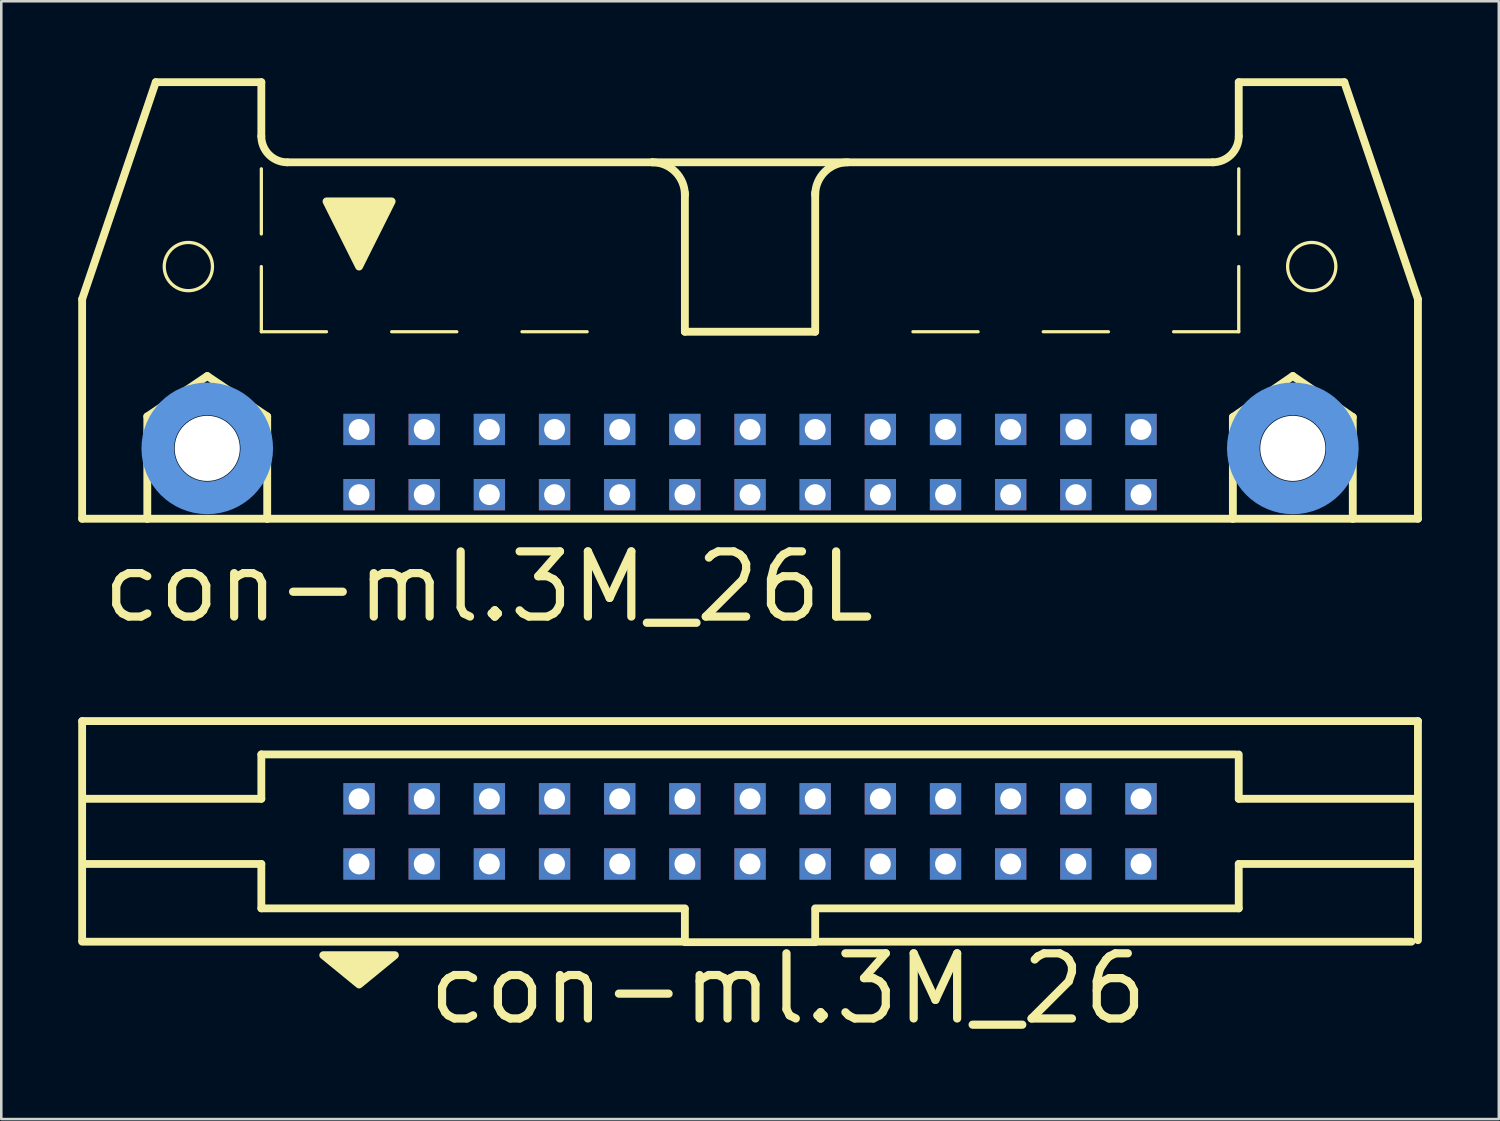
<source format=kicad_pcb>
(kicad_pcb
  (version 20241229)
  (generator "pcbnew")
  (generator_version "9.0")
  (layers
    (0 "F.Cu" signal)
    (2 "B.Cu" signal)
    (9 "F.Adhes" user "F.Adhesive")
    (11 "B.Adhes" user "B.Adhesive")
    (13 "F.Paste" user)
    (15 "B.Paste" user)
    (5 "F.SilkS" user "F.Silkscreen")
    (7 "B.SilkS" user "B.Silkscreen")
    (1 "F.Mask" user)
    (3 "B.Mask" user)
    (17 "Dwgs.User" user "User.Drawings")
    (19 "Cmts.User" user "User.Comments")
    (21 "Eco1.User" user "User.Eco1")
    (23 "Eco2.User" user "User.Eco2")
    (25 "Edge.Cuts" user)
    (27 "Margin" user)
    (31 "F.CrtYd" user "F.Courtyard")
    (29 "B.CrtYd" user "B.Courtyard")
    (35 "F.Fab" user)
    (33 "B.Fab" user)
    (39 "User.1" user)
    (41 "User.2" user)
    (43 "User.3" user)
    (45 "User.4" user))
  (footprint "con-ml.3M_26L"
    (layer "F.Cu")
    (at 26.187 11.151)
    (property "Reference" "con-ml.3M_26L" (at -25.4 10.16 0) (layer "F.SilkS") (effects (font (size 2.54 2.54) (thickness 0.32)) (justify left bottom)))
    (attr through_hole)
    (fp_line (start -26.035 -2.54) (end -26.035 6.02) (stroke (width 0.305) (type default)) (layer "F.SilkS"))
    (fp_line (start -26.035 -2.54) (end -23.165 -10.998) (stroke (width 0.305) (type default)) (layer "F.SilkS"))
    (fp_line (start -26.035 6.02) (end -23.495 6.02) (stroke (width 0.305) (type default)) (layer "F.SilkS"))
    (fp_line (start -23.495 2.032) (end -21.158 0.457) (stroke (width 0.305) (type default)) (layer "F.SilkS"))
    (fp_line (start -23.495 6.02) (end -23.495 2.032) (stroke (width 0.305) (type default)) (layer "F.SilkS"))
    (fp_line (start -23.495 6.02) (end -18.821 6.02) (stroke (width 0.305) (type default)) (layer "F.SilkS"))
    (fp_line (start -21.158 0.457) (end -18.821 2.032) (stroke (width 0.305) (type default)) (layer "F.SilkS"))
    (fp_line (start -19.05 -10.998) (end -23.165 -10.998) (stroke (width 0.305) (type default)) (layer "F.SilkS"))
    (fp_line (start -19.05 -8.89) (end -19.05 -10.998) (stroke (width 0.305) (type default)) (layer "F.SilkS"))
    (fp_line (start -19.05 -5.08) (end -19.05 -7.62) (stroke (width 0.127) (type default)) (layer "F.SilkS"))
    (fp_line (start -19.05 -1.27) (end -19.05 -3.81) (stroke (width 0.127) (type default)) (layer "F.SilkS"))
    (fp_line (start -19.05 -1.27) (end -16.51 -1.27) (stroke (width 0.127) (type default)) (layer "F.SilkS"))
    (fp_line (start -18.821 2.032) (end -18.821 6.02) (stroke (width 0.305) (type default)) (layer "F.SilkS"))
    (fp_line (start -18.821 6.02) (end 18.821 6.02) (stroke (width 0.305) (type default)) (layer "F.SilkS"))
    (fp_line (start -13.97 -1.27) (end -11.43 -1.27) (stroke (width 0.127) (type default)) (layer "F.SilkS"))
    (fp_line (start -8.89 -1.27) (end -6.35 -1.27) (stroke (width 0.127) (type default)) (layer "F.SilkS"))
    (fp_line (start -3.81 -7.874) (end -18.034 -7.874) (stroke (width 0.305) (type default)) (layer "F.SilkS"))
    (fp_line (start -3.81 -7.874) (end 18.034 -7.874) (stroke (width 0.305) (type default)) (layer "F.SilkS"))
    (fp_line (start -2.54 -1.27) (end -2.54 -6.68) (stroke (width 0.305) (type default)) (layer "F.SilkS"))
    (fp_line (start 0 -1.27) (end 2.54 -1.27) (stroke (width 0.127) (type default)) (layer "F.SilkS"))
    (fp_line (start 2.54 -1.27) (end -2.54 -1.27) (stroke (width 0.305) (type default)) (layer "F.SilkS"))
    (fp_line (start 2.54 -1.27) (end 2.54 -6.68) (stroke (width 0.305) (type default)) (layer "F.SilkS"))
    (fp_line (start 8.89 -1.27) (end 6.35 -1.27) (stroke (width 0.127) (type default)) (layer "F.SilkS"))
    (fp_line (start 13.97 -1.27) (end 11.43 -1.27) (stroke (width 0.127) (type default)) (layer "F.SilkS"))
    (fp_line (start 18.821 2.057) (end 21.158 0.457) (stroke (width 0.305) (type default)) (layer "F.SilkS"))
    (fp_line (start 18.821 6.02) (end 18.821 2.057) (stroke (width 0.305) (type default)) (layer "F.SilkS"))
    (fp_line (start 18.821 6.02) (end 23.495 6.02) (stroke (width 0.305) (type default)) (layer "F.SilkS"))
    (fp_line (start 19.05 -10.998) (end 23.165 -10.998) (stroke (width 0.305) (type default)) (layer "F.SilkS"))
    (fp_line (start 19.05 -8.89) (end 19.05 -10.998) (stroke (width 0.305) (type default)) (layer "F.SilkS"))
    (fp_line (start 19.05 -5.08) (end 19.05 -7.62) (stroke (width 0.127) (type default)) (layer "F.SilkS"))
    (fp_line (start 19.05 -1.27) (end 16.51 -1.27) (stroke (width 0.127) (type default)) (layer "F.SilkS"))
    (fp_line (start 19.05 -1.27) (end 19.05 -3.81) (stroke (width 0.127) (type default)) (layer "F.SilkS"))
    (fp_line (start 21.158 0.457) (end 23.495 2.057) (stroke (width 0.305) (type default)) (layer "F.SilkS"))
    (fp_line (start 23.495 2.057) (end 23.495 6.02) (stroke (width 0.305) (type default)) (layer "F.SilkS"))
    (fp_line (start 23.495 6.02) (end 26.035 6.02) (stroke (width 0.305) (type default)) (layer "F.SilkS"))
    (fp_line (start 26.035 -2.54) (end 23.165 -10.998) (stroke (width 0.305) (type default)) (layer "F.SilkS"))
    (fp_line (start 26.035 6.02) (end 26.035 -2.54) (stroke (width 0.305) (type default)) (layer "F.SilkS"))
    (fp_arc (start -18.034 -7.874) (mid -18.75242 -8.17158) (end -19.05 -8.89) (stroke (width 0.3048) (type default)) (layer "F.SilkS"))
    (fp_arc (start -3.81 -7.874) (mid -2.911974 -7.502026) (end -2.54 -6.604) (stroke (width 0.3048) (type default)) (layer "F.SilkS"))
    (fp_arc (start 2.54 -6.604) (mid 2.911974 -7.502026) (end 3.81 -7.874) (stroke (width 0.3048) (type default)) (layer "F.SilkS"))
    (fp_arc (start 19.05 -8.89) (mid 18.75242 -8.17158) (end 18.034 -7.874) (stroke (width 0.3048) (type default)) (layer "F.SilkS"))
    (fp_circle (center -21.895 -3.81) (end -20.955 -3.81) (stroke (width 0.127) (type default)) (fill no) (layer "F.SilkS"))
    (fp_circle (center 21.895 -3.81) (end 22.835 -3.81) (stroke (width 0.127) (type default)) (fill no) (layer "F.SilkS"))
    (fp_poly (pts (xy -16.51 -6.35) (xy -13.97 -6.35) (xy -15.24 -3.81)) (stroke (width 0.305) (type default)) (fill yes) (layer "F.SilkS"))
    (fp_circle (center -21.158 3.277) (end -19.228 3.277) (stroke (width 1.27) (type default)) (fill no) (layer "Cmts.User"))
    (fp_circle (center 21.158 3.277) (end 23.089 3.277) (stroke (width 1.27) (type default)) (fill no) (layer "Cmts.User"))
    (pad "" np_thru_hole circle (at -21.158 3.277) (size 2.54 2.54) (drill 2.54) (layers "*.Cu" "*.Mask"))
    (pad "" np_thru_hole circle (at 21.158 3.277) (size 2.54 2.54) (drill 2.54) (layers "*.Cu" "*.Mask"))
    (pad "1" thru_hole rect (at -15.24 5.08) (size 1.219 1.219) (drill 0.813) (layers "*.Cu" "*.Mask"))
    (pad "2" thru_hole rect (at -15.24 2.54) (size 1.219 1.219) (drill 0.813) (layers "*.Cu" "*.Mask"))
    (pad "3" thru_hole rect (at -12.7 5.08) (size 1.219 1.219) (drill 0.813) (layers "*.Cu" "*.Mask"))
    (pad "4" thru_hole rect (at -12.7 2.54) (size 1.219 1.219) (drill 0.813) (layers "*.Cu" "*.Mask"))
    (pad "5" thru_hole rect (at -10.16 5.08) (size 1.219 1.219) (drill 0.813) (layers "*.Cu" "*.Mask"))
    (pad "6" thru_hole rect (at -10.16 2.54) (size 1.219 1.219) (drill 0.813) (layers "*.Cu" "*.Mask"))
    (pad "7" thru_hole rect (at -7.62 5.08) (size 1.219 1.219) (drill 0.813) (layers "*.Cu" "*.Mask"))
    (pad "8" thru_hole rect (at -7.62 2.54) (size 1.219 1.219) (drill 0.813) (layers "*.Cu" "*.Mask"))
    (pad "9" thru_hole rect (at -5.08 5.08) (size 1.219 1.219) (drill 0.813) (layers "*.Cu" "*.Mask"))
    (pad "10" thru_hole rect (at -5.08 2.54) (size 1.219 1.219) (drill 0.813) (layers "*.Cu" "*.Mask"))
    (pad "11" thru_hole rect (at -2.54 5.08) (size 1.219 1.219) (drill 0.813) (layers "*.Cu" "*.Mask"))
    (pad "12" thru_hole rect (at -2.54 2.54) (size 1.219 1.219) (drill 0.813) (layers "*.Cu" "*.Mask"))
    (pad "13" thru_hole rect (at 0 5.08) (size 1.219 1.219) (drill 0.813) (layers "*.Cu" "*.Mask"))
    (pad "14" thru_hole rect (at 0 2.54) (size 1.219 1.219) (drill 0.813) (layers "*.Cu" "*.Mask"))
    (pad "15" thru_hole rect (at 2.54 5.08) (size 1.219 1.219) (drill 0.813) (layers "*.Cu" "*.Mask"))
    (pad "16" thru_hole rect (at 2.54 2.54) (size 1.219 1.219) (drill 0.813) (layers "*.Cu" "*.Mask"))
    (pad "17" thru_hole rect (at 5.08 5.08) (size 1.219 1.219) (drill 0.813) (layers "*.Cu" "*.Mask"))
    (pad "18" thru_hole rect (at 5.08 2.54) (size 1.219 1.219) (drill 0.813) (layers "*.Cu" "*.Mask"))
    (pad "19" thru_hole rect (at 7.62 5.08) (size 1.219 1.219) (drill 0.813) (layers "*.Cu" "*.Mask"))
    (pad "20" thru_hole rect (at 7.62 2.54) (size 1.219 1.219) (drill 0.813) (layers "*.Cu" "*.Mask"))
    (pad "21" thru_hole rect (at 10.16 5.08) (size 1.219 1.219) (drill 0.813) (layers "*.Cu" "*.Mask"))
    (pad "22" thru_hole rect (at 10.16 2.54) (size 1.219 1.219) (drill 0.813) (layers "*.Cu" "*.Mask"))
    (pad "23" thru_hole rect (at 12.7 5.08) (size 1.219 1.219) (drill 0.813) (layers "*.Cu" "*.Mask"))
    (pad "24" thru_hole rect (at 12.7 2.54) (size 1.219 1.219) (drill 0.813) (layers "*.Cu" "*.Mask"))
    (pad "25" thru_hole rect (at 15.24 5.08) (size 1.219 1.219) (drill 0.813) (layers "*.Cu" "*.Mask"))
    (pad "26" thru_hole rect (at 15.24 2.54) (size 1.219 1.219) (drill 0.813) (layers "*.Cu" "*.Mask")))
  (footprint "con-ml.3M_26"
    (layer "F.Cu")
    (at 26.187 29.358)
    (property "Reference" "con-ml.3M_26" (at -12.7 7.62 0) (layer "F.SilkS") (effects (font (size 2.54 2.54) (thickness 0.32)) (justify left bottom)))
    (attr through_hole)
    (fp_line (start -26.035 -4.3) (end -26.035 4.242) (stroke (width 0.305) (type default)) (layer "F.SilkS"))
    (fp_line (start -26.035 4.3) (end -2.54 4.3) (stroke (width 0.305) (type default)) (layer "F.SilkS"))
    (fp_line (start -19.05 -1.27) (end -25.908 -1.27) (stroke (width 0.305) (type default)) (layer "F.SilkS"))
    (fp_line (start -19.05 -1.27) (end -19.05 -3) (stroke (width 0.305) (type default)) (layer "F.SilkS"))
    (fp_line (start -19.05 1.27) (end -25.908 1.27) (stroke (width 0.305) (type default)) (layer "F.SilkS"))
    (fp_line (start -19.05 3) (end -19.05 1.27) (stroke (width 0.305) (type default)) (layer "F.SilkS"))
    (fp_line (start -2.54 3) (end -19.05 3) (stroke (width 0.305) (type default)) (layer "F.SilkS"))
    (fp_line (start -2.54 4.3) (end -2.54 3.048) (stroke (width 0.305) (type default)) (layer "F.SilkS"))
    (fp_line (start -2.54 4.318) (end 2.54 4.318) (stroke (width 0.305) (type default)) (layer "F.SilkS"))
    (fp_line (start 2.54 3.048) (end 2.54 4.3) (stroke (width 0.305) (type default)) (layer "F.SilkS"))
    (fp_line (start 2.54 4.3) (end 25.781 4.3) (stroke (width 0.305) (type default)) (layer "F.SilkS"))
    (fp_line (start 18.923 -3) (end -19.05 -3) (stroke (width 0.305) (type default)) (layer "F.SilkS"))
    (fp_line (start 19.05 -1.27) (end 19.05 -3) (stroke (width 0.305) (type default)) (layer "F.SilkS"))
    (fp_line (start 19.05 -1.27) (end 25.908 -1.27) (stroke (width 0.305) (type default)) (layer "F.SilkS"))
    (fp_line (start 19.05 1.27) (end 25.908 1.27) (stroke (width 0.305) (type default)) (layer "F.SilkS"))
    (fp_line (start 19.05 3) (end 2.54 3) (stroke (width 0.305) (type default)) (layer "F.SilkS"))
    (fp_line (start 19.05 3) (end 19.05 1.27) (stroke (width 0.305) (type default)) (layer "F.SilkS"))
    (fp_line (start 26.035 -4.3) (end -26.035 -4.3) (stroke (width 0.305) (type default)) (layer "F.SilkS"))
    (fp_line (start 26.035 4.242) (end 26.035 -4.3) (stroke (width 0.305) (type default)) (layer "F.SilkS"))
    (fp_poly (pts (xy -16.637 4.826) (xy -13.843 4.826) (xy -15.24 5.969)) (stroke (width 0.305) (type default)) (fill yes) (layer "F.SilkS"))
    (pad "1" thru_hole rect (at -15.24 1.27) (size 1.219 1.219) (drill 0.813) (layers "*.Cu" "*.Mask"))
    (pad "2" thru_hole rect (at -15.24 -1.27) (size 1.219 1.219) (drill 0.813) (layers "*.Cu" "*.Mask"))
    (pad "3" thru_hole rect (at -12.7 1.27) (size 1.219 1.219) (drill 0.813) (layers "*.Cu" "*.Mask"))
    (pad "4" thru_hole rect (at -12.7 -1.27) (size 1.219 1.219) (drill 0.813) (layers "*.Cu" "*.Mask"))
    (pad "5" thru_hole rect (at -10.16 1.27) (size 1.219 1.219) (drill 0.813) (layers "*.Cu" "*.Mask"))
    (pad "6" thru_hole rect (at -10.16 -1.27) (size 1.219 1.219) (drill 0.813) (layers "*.Cu" "*.Mask"))
    (pad "7" thru_hole rect (at -7.62 1.27) (size 1.219 1.219) (drill 0.813) (layers "*.Cu" "*.Mask"))
    (pad "8" thru_hole rect (at -7.62 -1.27) (size 1.219 1.219) (drill 0.813) (layers "*.Cu" "*.Mask"))
    (pad "9" thru_hole rect (at -5.08 1.27) (size 1.219 1.219) (drill 0.813) (layers "*.Cu" "*.Mask"))
    (pad "10" thru_hole rect (at -5.08 -1.27) (size 1.219 1.219) (drill 0.813) (layers "*.Cu" "*.Mask"))
    (pad "11" thru_hole rect (at -2.54 1.27) (size 1.219 1.219) (drill 0.813) (layers "*.Cu" "*.Mask"))
    (pad "12" thru_hole rect (at -2.54 -1.27) (size 1.219 1.219) (drill 0.813) (layers "*.Cu" "*.Mask"))
    (pad "13" thru_hole rect (at 0 1.27) (size 1.219 1.219) (drill 0.813) (layers "*.Cu" "*.Mask"))
    (pad "14" thru_hole rect (at 0 -1.27) (size 1.219 1.219) (drill 0.813) (layers "*.Cu" "*.Mask"))
    (pad "15" thru_hole rect (at 2.54 1.27) (size 1.219 1.219) (drill 0.813) (layers "*.Cu" "*.Mask"))
    (pad "16" thru_hole rect (at 2.54 -1.27) (size 1.219 1.219) (drill 0.813) (layers "*.Cu" "*.Mask"))
    (pad "17" thru_hole rect (at 5.08 1.27) (size 1.219 1.219) (drill 0.813) (layers "*.Cu" "*.Mask"))
    (pad "18" thru_hole rect (at 5.08 -1.27) (size 1.219 1.219) (drill 0.813) (layers "*.Cu" "*.Mask"))
    (pad "19" thru_hole rect (at 7.62 1.27) (size 1.219 1.219) (drill 0.813) (layers "*.Cu" "*.Mask"))
    (pad "20" thru_hole rect (at 7.62 -1.27) (size 1.219 1.219) (drill 0.813) (layers "*.Cu" "*.Mask"))
    (pad "21" thru_hole rect (at 10.16 1.27) (size 1.219 1.219) (drill 0.813) (layers "*.Cu" "*.Mask"))
    (pad "22" thru_hole rect (at 10.16 -1.27) (size 1.219 1.219) (drill 0.813) (layers "*.Cu" "*.Mask"))
    (pad "23" thru_hole rect (at 12.7 1.27) (size 1.219 1.219) (drill 0.813) (layers "*.Cu" "*.Mask"))
    (pad "24" thru_hole rect (at 12.7 -1.27) (size 1.219 1.219) (drill 0.813) (layers "*.Cu" "*.Mask"))
    (pad "25" thru_hole rect (at 15.24 1.27) (size 1.219 1.219) (drill 0.813) (layers "*.Cu" "*.Mask"))
    (pad "26" thru_hole rect (at 15.24 -1.27) (size 1.219 1.219) (drill 0.813) (layers "*.Cu" "*.Mask")))
  (gr_rect
    (start -3 -3)
    (end 55.375 40.573)
    (stroke (width 0.1) (type default))
    (fill no)
    (layer "Edge.Cuts")))
</source>
